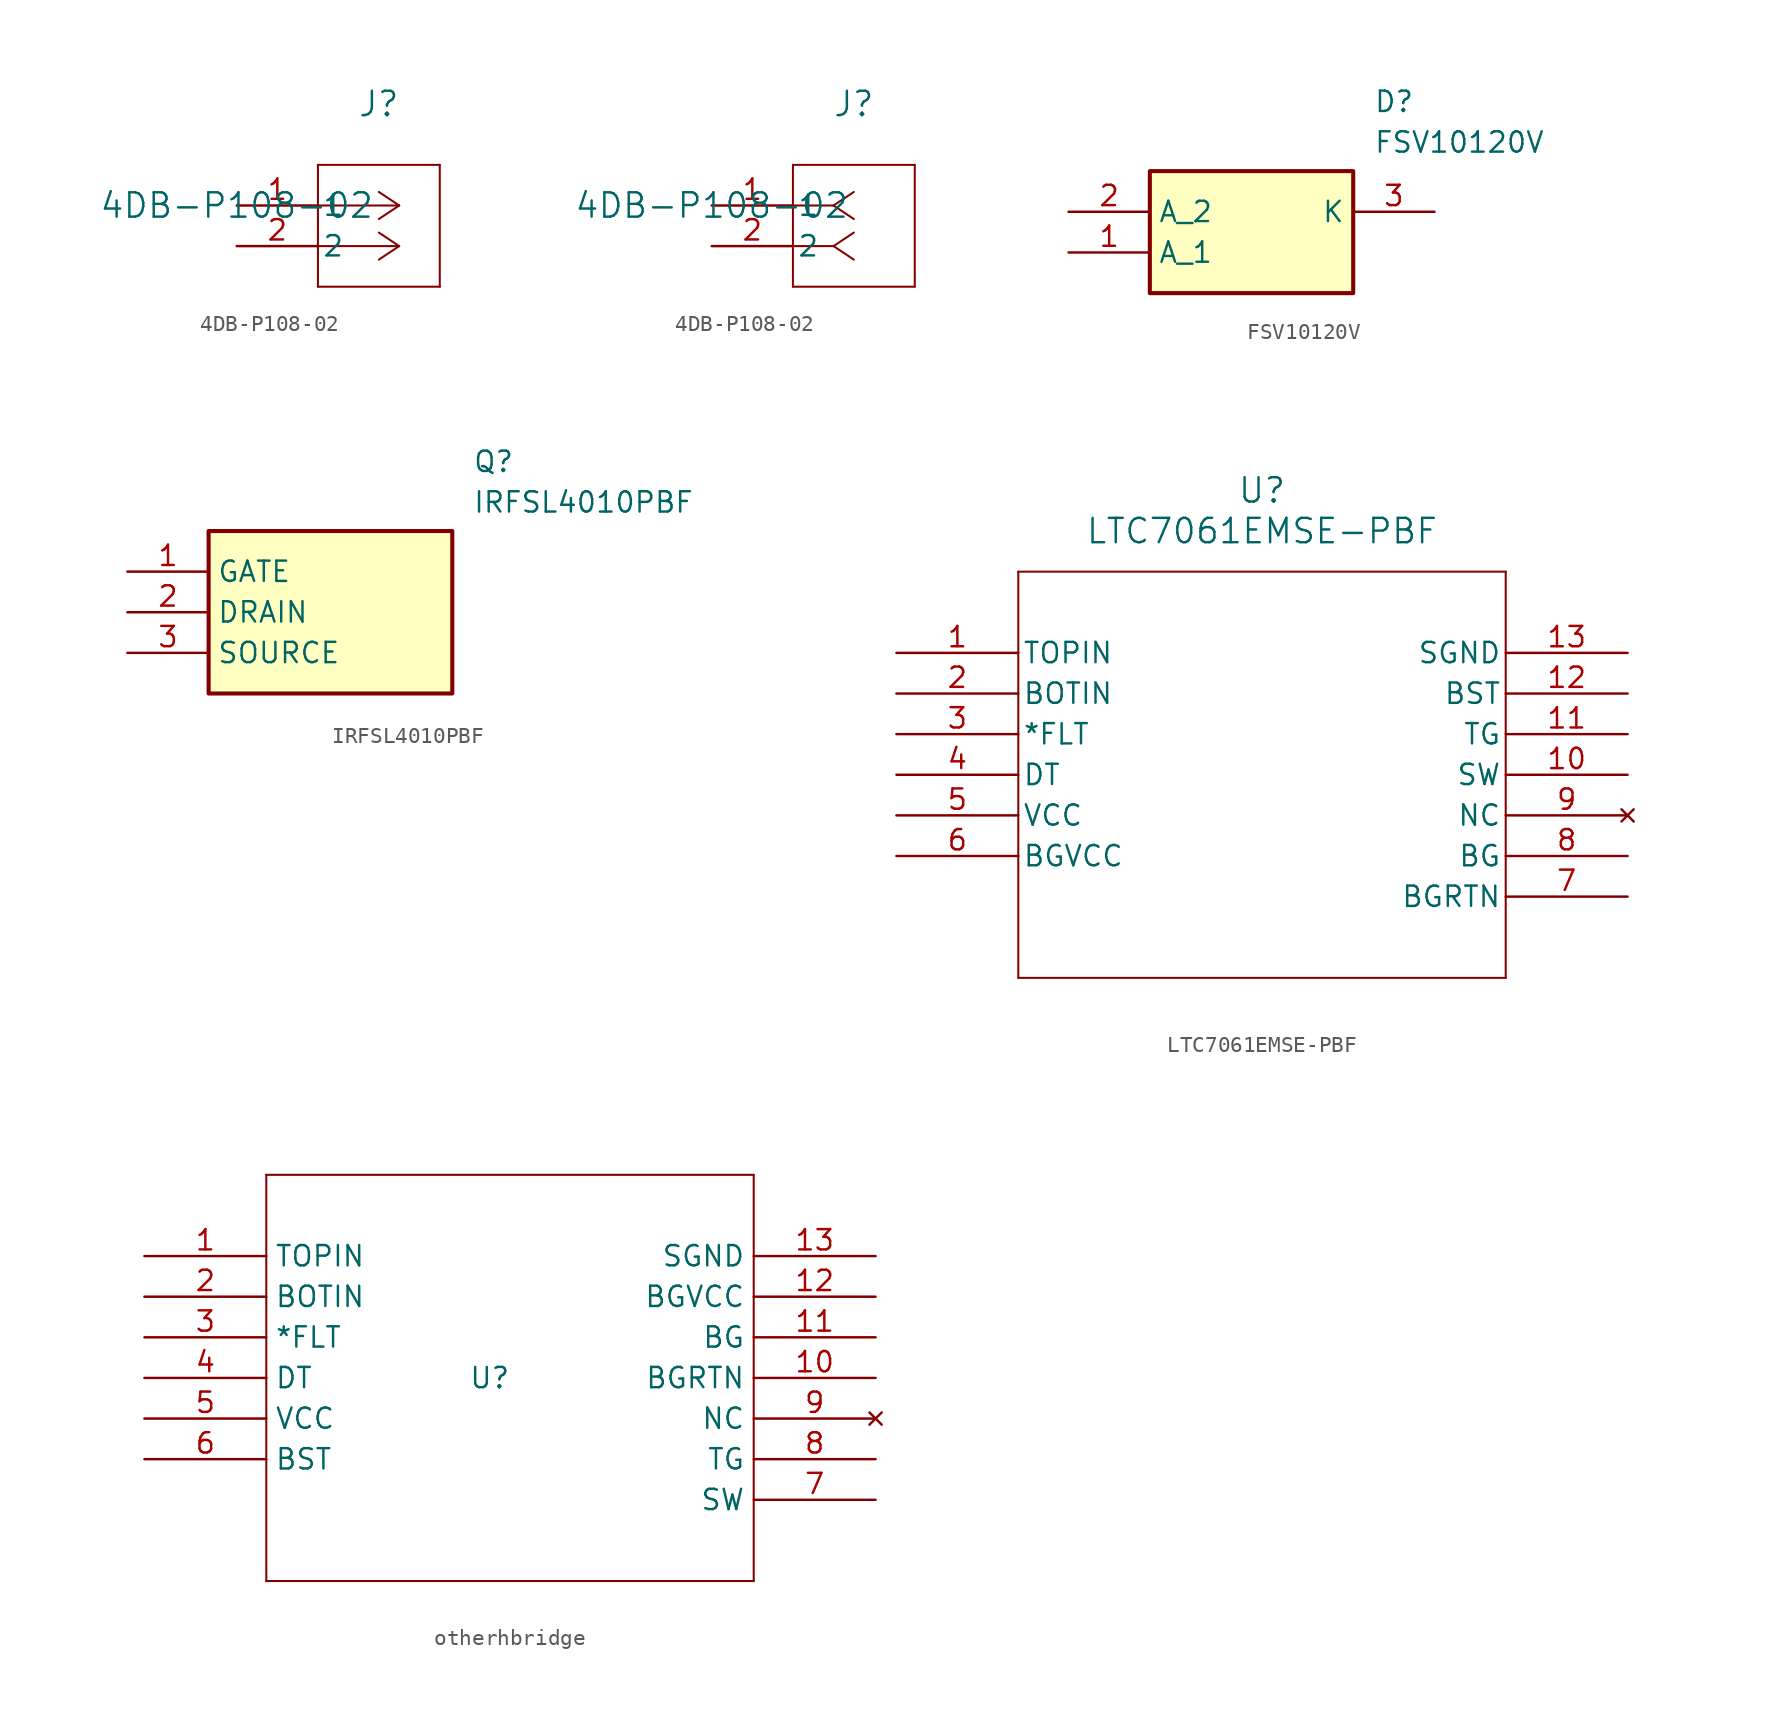
<source format=kicad_sym>
(kicad_symbol_lib
  (version 20231120)
  (generator "kicad_symbol_editor")
  (generator_version "8.0")
  (symbol "4DB-P108-02"
    (pin_names
      (offset 0.254))
    (property "Reference" "J"
      (at 8.89 6.35 0)
      (effects (font (size 1.524 1.524))))
    (property "Value" "4DB-P108-02"
      (at 0 0 0)
      (effects (font (size 1.524 1.524))))
    (symbol "4DB-P108-02_1_1"
      (polyline (pts (xy 5.08 -5.08) (xy 12.7 -5.08)) (stroke (width 0.127) (type default)) (fill (type none)))
      (polyline (pts (xy 5.08 2.54) (xy 5.08 -5.08)) (stroke (width 0.127) (type default)) (fill (type none)))
      (polyline (pts (xy 10.16 -2.54) (xy 5.08 -2.54)) (stroke (width 0.127) (type default)) (fill (type none)))
      (polyline (pts (xy 10.16 -2.54) (xy 8.89 -3.387)) (stroke (width 0.127) (type default)) (fill (type none)))
      (polyline (pts (xy 10.16 -2.54) (xy 8.89 -1.693)) (stroke (width 0.127) (type default)) (fill (type none)))
      (polyline (pts (xy 10.16 0) (xy 5.08 0)) (stroke (width 0.127) (type default)) (fill (type none)))
      (polyline (pts (xy 10.16 0) (xy 8.89 -0.847)) (stroke (width 0.127) (type default)) (fill (type none)))
      (polyline (pts (xy 10.16 0) (xy 8.89 0.847)) (stroke (width 0.127) (type default)) (fill (type none)))
      (polyline (pts (xy 12.7 -5.08) (xy 12.7 2.54)) (stroke (width 0.127) (type default)) (fill (type none)))
      (polyline (pts (xy 12.7 2.54) (xy 5.08 2.54)) (stroke (width 0.127) (type default)) (fill (type none)))
      (pin unspecified line (at 0 0 0) (length 5.08) (name "1" (effects (font (size 1.27 1.27)))) (number "1" (effects (font (size 1.27 1.27)))))
      (pin unspecified line (at 0 -2.54 0) (length 5.08) (name "2" (effects (font (size 1.27 1.27)))) (number "2" (effects (font (size 1.27 1.27))))))
    (symbol "4DB-P108-02_1_2"
      (polyline (pts (xy 5.08 -5.08) (xy 12.7 -5.08)) (stroke (width 0.127) (type default)) (fill (type none)))
      (polyline (pts (xy 5.08 2.54) (xy 5.08 -5.08)) (stroke (width 0.127) (type default)) (fill (type none)))
      (polyline (pts (xy 7.62 -2.54) (xy 5.08 -2.54)) (stroke (width 0.127) (type default)) (fill (type none)))
      (polyline (pts (xy 7.62 -2.54) (xy 8.89 -3.387)) (stroke (width 0.127) (type default)) (fill (type none)))
      (polyline (pts (xy 7.62 -2.54) (xy 8.89 -1.693)) (stroke (width 0.127) (type default)) (fill (type none)))
      (polyline (pts (xy 7.62 0) (xy 5.08 0)) (stroke (width 0.127) (type default)) (fill (type none)))
      (polyline (pts (xy 7.62 0) (xy 8.89 -0.847)) (stroke (width 0.127) (type default)) (fill (type none)))
      (polyline (pts (xy 7.62 0) (xy 8.89 0.847)) (stroke (width 0.127) (type default)) (fill (type none)))
      (polyline (pts (xy 12.7 -5.08) (xy 12.7 2.54)) (stroke (width 0.127) (type default)) (fill (type none)))
      (polyline (pts (xy 12.7 2.54) (xy 5.08 2.54)) (stroke (width 0.127) (type default)) (fill (type none)))
      (pin unspecified line (at 0 0 0) (length 5.08) (name "1" (effects (font (size 1.27 1.27)))) (number "1" (effects (font (size 1.27 1.27)))))
      (pin unspecified line (at 0 -2.54 0) (length 5.08) (name "2" (effects (font (size 1.27 1.27)))) (number "2" (effects (font (size 1.27 1.27)))))))
  (symbol "FSV10120V"
    (property "Reference" "D"
      (at 19.05 7.62 0)
      (effects (font (size 1.27 1.27)) (justify left top)))
    (property "Value" "FSV10120V"
      (at 19.05 5.08 0)
      (effects (font (size 1.27 1.27)) (justify left top)))
    (symbol "FSV10120V_1_1"
      (rectangle (start 5.08 2.54) (end 17.78 -5.08) (stroke (width 0.254) (type default)) (fill (type background)))
      (pin passive line (at 0 -2.54 0) (length 5.08) (name "A_1" (effects (font (size 1.27 1.27)))) (number "1" (effects (font (size 1.27 1.27)))))
      (pin passive line (at 0 0 0) (length 5.08) (name "A_2" (effects (font (size 1.27 1.27)))) (number "2" (effects (font (size 1.27 1.27)))))
      (pin passive line (at 22.86 0 180) (length 5.08) (name "K" (effects (font (size 1.27 1.27)))) (number "3" (effects (font (size 1.27 1.27)))))))
  (symbol "IRFSL4010PBF"
    (property "Reference" "Q"
      (at 21.59 7.62 0)
      (effects (font (size 1.27 1.27)) (justify left top)))
    (property "Value" "IRFSL4010PBF"
      (at 21.59 5.08 0)
      (effects (font (size 1.27 1.27)) (justify left top)))
    (symbol "IRFSL4010PBF_1_1"
      (rectangle (start 5.08 2.54) (end 20.32 -7.62) (stroke (width 0.254) (type default)) (fill (type background)))
      (pin passive line (at 0 0 0) (length 5.08) (name "GATE" (effects (font (size 1.27 1.27)))) (number "1" (effects (font (size 1.27 1.27)))))
      (pin passive line (at 0 -2.54 0) (length 5.08) (name "DRAIN" (effects (font (size 1.27 1.27)))) (number "2" (effects (font (size 1.27 1.27)))))
      (pin passive line (at 0 -5.08 0) (length 5.08) (name "SOURCE" (effects (font (size 1.27 1.27)))) (number "3" (effects (font (size 1.27 1.27)))))))
  (symbol "LTC7061EMSE-PBF"
    (pin_names
      (offset 0.254))
    (property "Reference" "U"
      (at 22.86 10.16 0)
      (effects (font (size 1.524 1.524))))
    (property "Value" "LTC7061EMSE-PBF"
      (at 22.86 7.62 0)
      (effects (font (size 1.524 1.524))))
    (symbol "LTC7061EMSE-PBF_0_1"
      (polyline (pts (xy 7.62 -20.32) (xy 38.1 -20.32)) (stroke (width 0.127) (type default)) (fill (type none)))
      (polyline (pts (xy 7.62 5.08) (xy 7.62 -20.32)) (stroke (width 0.127) (type default)) (fill (type none)))
      (polyline (pts (xy 38.1 -20.32) (xy 38.1 5.08)) (stroke (width 0.127) (type default)) (fill (type none)))
      (polyline (pts (xy 38.1 5.08) (xy 7.62 5.08)) (stroke (width 0.127) (type default)) (fill (type none)))
      (pin input line (at 0 0 0) (length 7.62) (name "TOPIN" (effects (font (size 1.27 1.27)))) (number "1" (effects (font (size 1.27 1.27)))))
      (pin power_in line (at 45.72 -7.62 180) (length 7.62) (name "SW" (effects (font (size 1.27 1.27)))) (number "10" (effects (font (size 1.27 1.27)))))
      (pin output line (at 45.72 -5.08 180) (length 7.62) (name "TG" (effects (font (size 1.27 1.27)))) (number "11" (effects (font (size 1.27 1.27)))))
      (pin power_in line (at 45.72 -2.54 180) (length 7.62) (name "BST" (effects (font (size 1.27 1.27)))) (number "12" (effects (font (size 1.27 1.27)))))
      (pin input line (at 0 -2.54 0) (length 7.62) (name "BOTIN" (effects (font (size 1.27 1.27)))) (number "2" (effects (font (size 1.27 1.27)))))
      (pin output line (at 0 -5.08 0) (length 7.62) (name "*FLT" (effects (font (size 1.27 1.27)))) (number "3" (effects (font (size 1.27 1.27)))))
      (pin input line (at 0 -7.62 0) (length 7.62) (name "DT" (effects (font (size 1.27 1.27)))) (number "4" (effects (font (size 1.27 1.27)))))
      (pin power_in line (at 0 -10.16 0) (length 7.62) (name "VCC" (effects (font (size 1.27 1.27)))) (number "5" (effects (font (size 1.27 1.27)))))
      (pin power_in line (at 0 -12.7 0) (length 7.62) (name "BGVCC" (effects (font (size 1.27 1.27)))) (number "6" (effects (font (size 1.27 1.27)))))
      (pin power_in line (at 45.72 -15.24 180) (length 7.62) (name "BGRTN" (effects (font (size 1.27 1.27)))) (number "7" (effects (font (size 1.27 1.27)))))
      (pin output line (at 45.72 -12.7 180) (length 7.62) (name "BG" (effects (font (size 1.27 1.27)))) (number "8" (effects (font (size 1.27 1.27)))))
      (pin no_connect line (at 45.72 -10.16 180) (length 7.62) (name "NC" (effects (font (size 1.27 1.27)))) (number "9" (effects (font (size 1.27 1.27))))))
    (symbol "LTC7061EMSE-PBF_1_1"
      (pin power_in line (at 45.72 0 180) (length 7.62) (name "SGND" (effects (font (size 1.27 1.27)))) (number "13" (effects (font (size 1.27 1.27)))))))
  (symbol "otherhbridge"
    (property "Reference" "U"
      (at 0 0 0)
      (effects (font (size 1.27 1.27))))
    (property "Value" ""
      (at 0 0 0)
      (effects (font (size 1.27 1.27))))
    (symbol "otherhbridge_0_1"
      (polyline (pts (xy -13.97 -12.7) (xy 16.51 -12.7)) (stroke (width 0.127) (type default)) (fill (type none)))
      (polyline (pts (xy -13.97 12.7) (xy -13.97 -12.7)) (stroke (width 0.127) (type default)) (fill (type none)))
      (polyline (pts (xy 16.51 -12.7) (xy 16.51 12.7)) (stroke (width 0.127) (type default)) (fill (type none)))
      (polyline (pts (xy 16.51 12.7) (xy -13.97 12.7)) (stroke (width 0.127) (type default)) (fill (type none)))
      (pin input line (at -21.59 7.62 0) (length 7.62) (name "TOPIN" (effects (font (size 1.27 1.27)))) (number "1" (effects (font (size 1.27 1.27)))))
      (pin power_out line (at 24.13 7.62 180) (length 7.62) (name "SGND" (effects (font (size 1.27 1.27)))) (number "13" (effects (font (size 1.27 1.27)))))
      (pin input line (at -21.59 5.08 0) (length 7.62) (name "BOTIN" (effects (font (size 1.27 1.27)))) (number "2" (effects (font (size 1.27 1.27)))))
      (pin output line (at -21.59 2.54 0) (length 7.62) (name "*FLT" (effects (font (size 1.27 1.27)))) (number "3" (effects (font (size 1.27 1.27)))))
      (pin input line (at -21.59 0 0) (length 7.62) (name "DT" (effects (font (size 1.27 1.27)))) (number "4" (effects (font (size 1.27 1.27)))))
      (pin power_in line (at -21.59 -2.54 0) (length 7.62) (name "VCC" (effects (font (size 1.27 1.27)))) (number "5" (effects (font (size 1.27 1.27)))))
      (pin no_connect line (at 24.13 -2.54 180) (length 7.62) (name "NC" (effects (font (size 1.27 1.27)))) (number "9" (effects (font (size 1.27 1.27))))))
    (symbol "otherhbridge_1_1"
      (pin power_in line (at 24.13 0 180) (length 7.62) (name "BGRTN" (effects (font (size 1.27 1.27)))) (number "10" (effects (font (size 1.27 1.27)))))
      (pin output line (at 24.13 2.54 180) (length 7.62) (name "BG" (effects (font (size 1.27 1.27)))) (number "11" (effects (font (size 1.27 1.27)))))
      (pin power_in line (at 24.13 5.08 180) (length 7.62) (name "BGVCC" (effects (font (size 1.27 1.27)))) (number "12" (effects (font (size 1.27 1.27)))))
      (pin power_in line (at -21.59 -5.08 0) (length 7.62) (name "BST" (effects (font (size 1.27 1.27)))) (number "6" (effects (font (size 1.27 1.27)))))
      (pin power_in line (at 24.13 -7.62 180) (length 7.62) (name "SW" (effects (font (size 1.27 1.27)))) (number "7" (effects (font (size 1.27 1.27)))))
      (pin output line (at 24.13 -5.08 180) (length 7.62) (name "TG" (effects (font (size 1.27 1.27)))) (number "8" (effects (font (size 1.27 1.27))))))))
</source>
